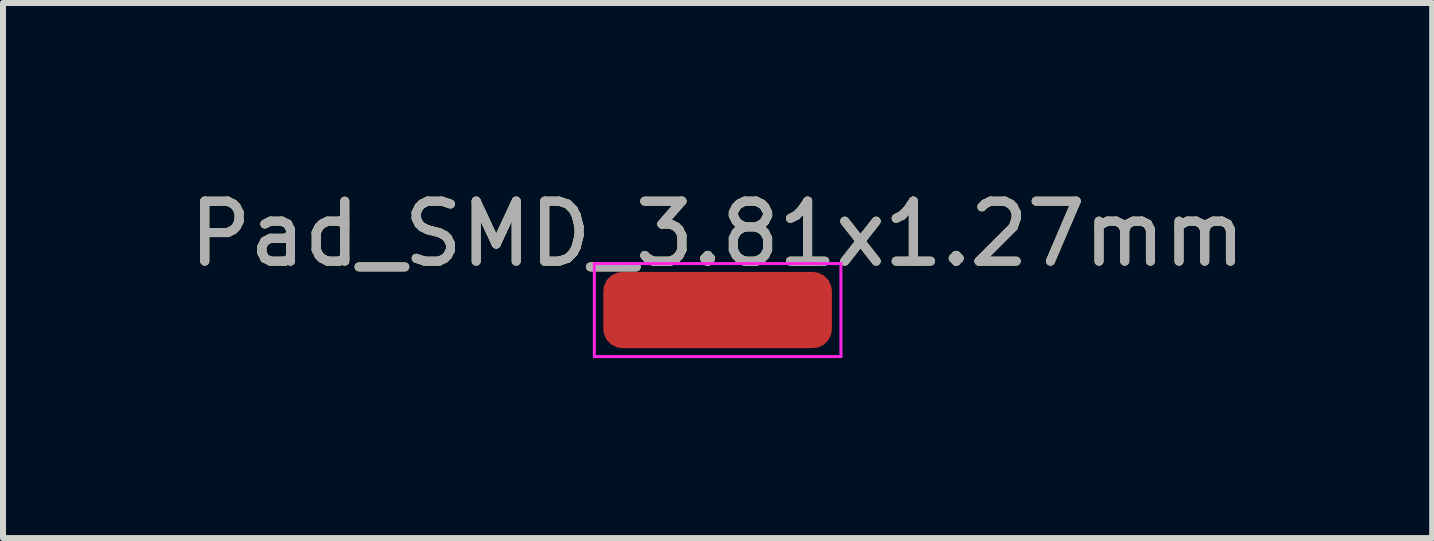
<source format=kicad_pcb>
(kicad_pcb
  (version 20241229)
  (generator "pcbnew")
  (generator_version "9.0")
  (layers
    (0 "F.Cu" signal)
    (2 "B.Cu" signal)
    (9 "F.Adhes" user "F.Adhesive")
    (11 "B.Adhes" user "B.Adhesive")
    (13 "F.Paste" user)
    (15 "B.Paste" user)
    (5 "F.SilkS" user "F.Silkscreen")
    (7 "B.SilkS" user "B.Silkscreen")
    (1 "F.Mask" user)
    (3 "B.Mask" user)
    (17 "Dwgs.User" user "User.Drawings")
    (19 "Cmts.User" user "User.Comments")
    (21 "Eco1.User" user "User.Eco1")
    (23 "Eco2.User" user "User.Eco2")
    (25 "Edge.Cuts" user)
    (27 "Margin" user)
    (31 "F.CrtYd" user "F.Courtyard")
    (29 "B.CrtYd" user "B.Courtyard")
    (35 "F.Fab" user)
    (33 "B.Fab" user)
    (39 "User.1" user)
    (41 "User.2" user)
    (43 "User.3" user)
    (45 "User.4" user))
  (footprint "Pad_SMD_3.81x1.27mm"
    (layer "F.Cu")
    (at 8.911 2.118)
    (property "Reference" "Pad_SMD_3.81x1.27mm" (at 0 -1.27 0) (layer "F.SilkS") (effects (font (size 1 1) (thickness 0.15))))
    (attr smd exclude_from_pos_files exclude_from_bom)
    (fp_line (start -2.055 -0.775) (end -2.055 0.775) (stroke (width 0.05) (type solid)) (layer "F.CrtYd"))
    (fp_line (start -2.055 0.775) (end 2.055 0.775) (stroke (width 0.05) (type solid)) (layer "F.CrtYd"))
    (fp_line (start 2.055 -0.775) (end -2.055 -0.775) (stroke (width 0.05) (type solid)) (layer "F.CrtYd"))
    (fp_line (start 2.055 0.775) (end 2.055 -0.775) (stroke (width 0.05) (type solid)) (layer "F.CrtYd"))
    (fp_text user "${REFERENCE}" (at 0 -1.27 0) (layer "F.Fab") (effects (font (size 1 1) (thickness 0.15))))
    (pad "1" smd roundrect (at 0 0) (size 3.81 1.27) (layers "F.Cu" "F.Mask") (roundrect_rratio 0.25)))
  (gr_rect
    (start -3 -3)
    (end 20.821 5.918)
    (stroke (width 0.1) (type default))
    (fill no)
    (layer "Edge.Cuts")))
</source>
